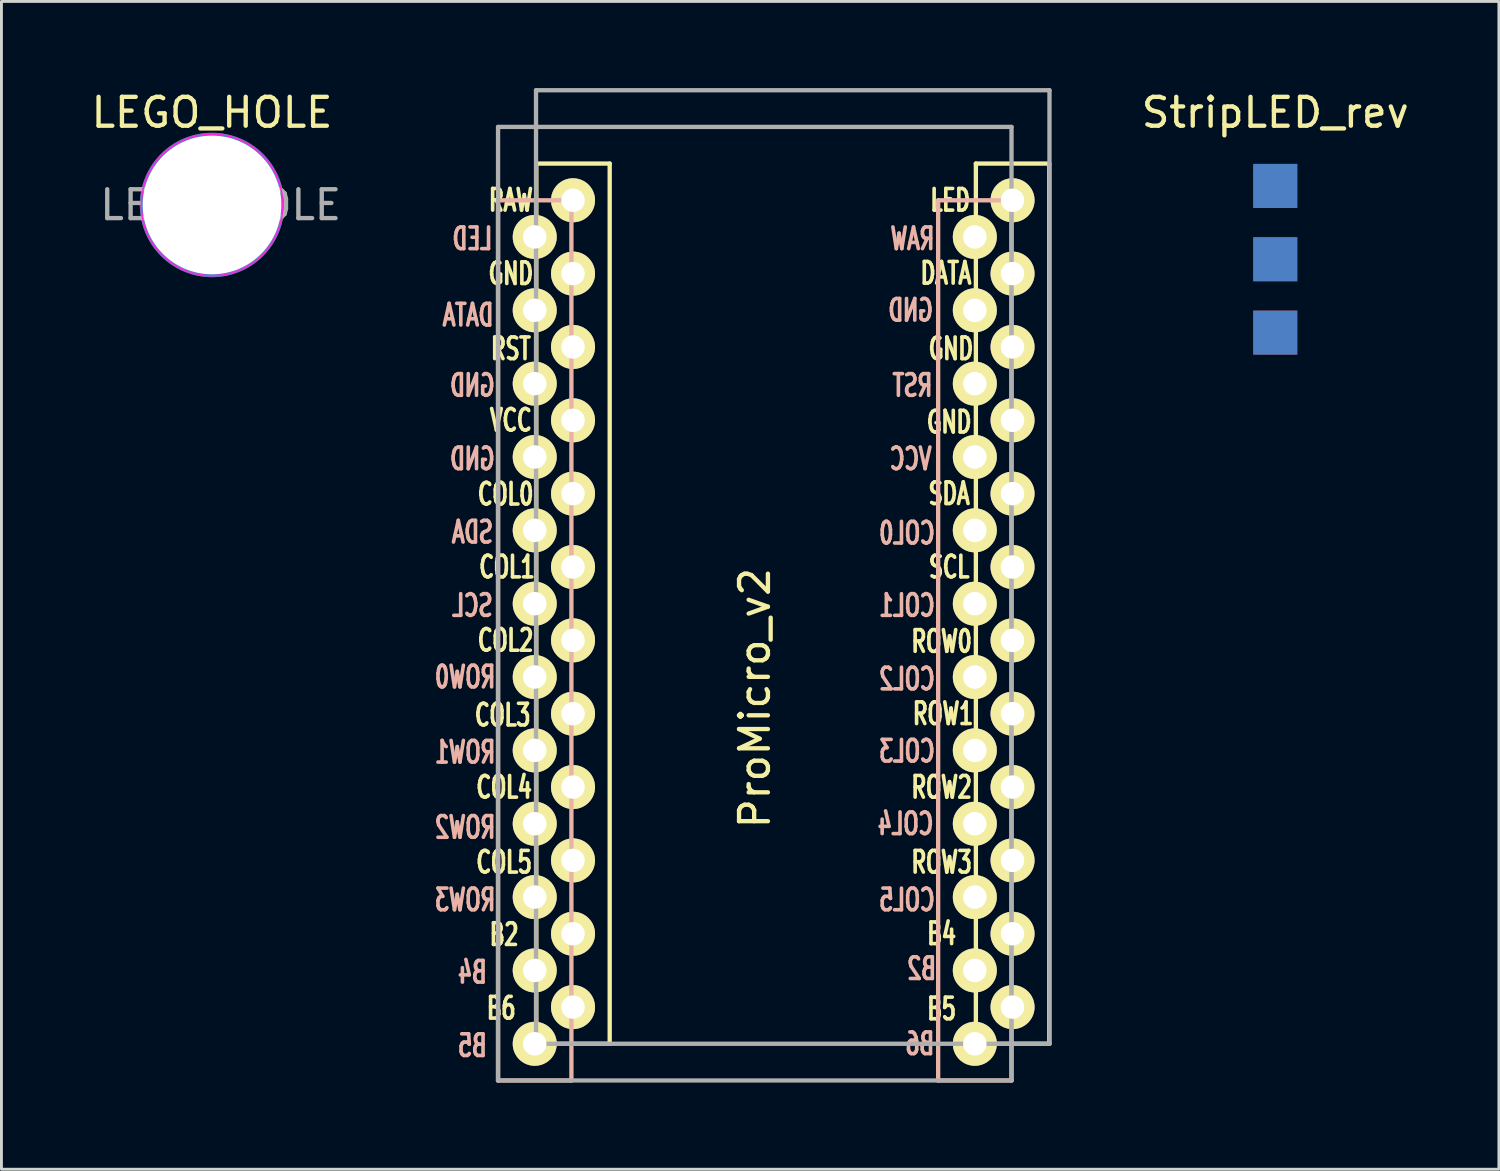
<source format=kicad_pcb>
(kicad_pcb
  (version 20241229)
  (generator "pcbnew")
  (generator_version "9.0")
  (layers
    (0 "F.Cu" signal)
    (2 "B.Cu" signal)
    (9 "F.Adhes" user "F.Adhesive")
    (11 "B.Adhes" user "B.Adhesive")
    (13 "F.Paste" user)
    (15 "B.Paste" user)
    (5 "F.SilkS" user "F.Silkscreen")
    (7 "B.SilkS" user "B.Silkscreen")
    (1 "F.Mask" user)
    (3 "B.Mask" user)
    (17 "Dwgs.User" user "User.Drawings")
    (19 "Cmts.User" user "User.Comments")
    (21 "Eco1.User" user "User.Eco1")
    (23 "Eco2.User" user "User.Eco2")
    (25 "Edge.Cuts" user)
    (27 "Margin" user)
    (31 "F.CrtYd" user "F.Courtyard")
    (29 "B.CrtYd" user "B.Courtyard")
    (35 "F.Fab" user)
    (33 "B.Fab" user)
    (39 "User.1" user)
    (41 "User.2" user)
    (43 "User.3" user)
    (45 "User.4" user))
  (footprint "LEGO_HOLE"
    (layer "F.Cu")
    (at 4.292 4.048)
    (property "Reference" "LEGO_HOLE" (at 0 -3.2 0) (layer "F.SilkS") (effects (font (size 1 1) (thickness 0.15))))
    (attr exclude_from_pos_files exclude_from_bom)
    (fp_circle (center 0 0) (end 2.2 0) (stroke (width 0.15) (type solid)) (fill no) (layer "Cmts.User"))
    (fp_circle (center 0 0) (end 2.45 0) (stroke (width 0.05) (type solid)) (fill no) (layer "F.CrtYd"))
    (fp_text user "${REFERENCE}" (at 0.3 0 0) (layer "F.Fab") (effects (font (size 1 1) (thickness 0.15))))
    (pad "" thru_hole circle (at 0 0) (size 5 5) (drill 4.8) (layers "*.Cu" "*.Mask")))
  (footprint "ProMicro_v2"
    (layer "F.Cu")
    (at 24.357 18.363)
    (property "Reference" "ProMicro_v2" (at -1.27 2.762 270) (layer "F.SilkS") (effects (font (size 1 1) (thickness 0.15))))
    (attr through_hole)
    (fp_line (start -8.834 -15.748) (end -6.294 -15.748) (stroke (width 0.15) (type solid)) (layer "F.SilkS"))
    (fp_line (start -8.834 14.732) (end -8.834 -15.748) (stroke (width 0.15) (type solid)) (layer "F.SilkS"))
    (fp_line (start -6.294 -15.748) (end -6.294 14.732) (stroke (width 0.15) (type solid)) (layer "F.SilkS"))
    (fp_line (start -6.294 14.732) (end -8.834 14.732) (stroke (width 0.15) (type solid)) (layer "F.SilkS"))
    (fp_line (start 6.386 -15.748) (end 8.926 -15.748) (stroke (width 0.15) (type solid)) (layer "F.SilkS"))
    (fp_line (start 6.386 14.732) (end 6.386 -15.748) (stroke (width 0.15) (type solid)) (layer "F.SilkS"))
    (fp_line (start 8.926 -15.748) (end 8.926 14.732) (stroke (width 0.15) (type solid)) (layer "F.SilkS"))
    (fp_line (start 8.926 14.732) (end 6.386 14.732) (stroke (width 0.15) (type solid)) (layer "F.SilkS"))
    (fp_line (start -10.16 -14.478) (end -7.62 -14.478) (stroke (width 0.15) (type solid)) (layer "B.SilkS"))
    (fp_line (start -10.16 16.002) (end -10.16 -14.478) (stroke (width 0.15) (type solid)) (layer "B.SilkS"))
    (fp_line (start -7.62 -14.478) (end -7.62 16.002) (stroke (width 0.15) (type solid)) (layer "B.SilkS"))
    (fp_line (start -7.62 16.002) (end -10.16 16.002) (stroke (width 0.15) (type solid)) (layer "B.SilkS"))
    (fp_line (start 5.08 -14.478) (end 7.62 -14.478) (stroke (width 0.15) (type solid)) (layer "B.SilkS"))
    (fp_line (start 5.08 16.002) (end 5.08 -14.478) (stroke (width 0.15) (type solid)) (layer "B.SilkS"))
    (fp_line (start 7.62 -14.478) (end 7.62 16.002) (stroke (width 0.15) (type solid)) (layer "B.SilkS"))
    (fp_line (start 7.62 16.002) (end 5.08 16.002) (stroke (width 0.15) (type solid)) (layer "B.SilkS"))
    (fp_line (start -10.16 -17.018) (end 7.62 -17.018) (stroke (width 0.15) (type solid)) (layer "F.Fab"))
    (fp_line (start -10.16 16.002) (end -10.16 -17.018) (stroke (width 0.15) (type solid)) (layer "F.Fab"))
    (fp_line (start -8.845 -18.288) (end 8.935 -18.288) (stroke (width 0.15) (type solid)) (layer "F.Fab"))
    (fp_line (start -8.845 14.732) (end -8.845 -18.288) (stroke (width 0.15) (type solid)) (layer "F.Fab"))
    (fp_line (start 7.62 -17.018) (end 7.62 16.002) (stroke (width 0.15) (type solid)) (layer "F.Fab"))
    (fp_line (start 7.62 16.002) (end -10.16 16.002) (stroke (width 0.15) (type solid)) (layer "F.Fab"))
    (fp_line (start 8.935 -18.288) (end 8.935 14.732) (stroke (width 0.15) (type solid)) (layer "F.Fab"))
    (fp_line (start 8.935 14.732) (end -8.845 14.732) (stroke (width 0.15) (type solid)) (layer "F.Fab"))
    (fp_text user "COL0" (at -9.9 -4.3 0) (layer "F.SilkS") (effects (font (size 0.75 0.5) (thickness 0.125))))
    (fp_text user "SDA" (at 5.461 -4.318 0) (layer "F.SilkS") (effects (font (size 0.75 0.5) (thickness 0.125))))
    (fp_text user "" (at -0.5 -17.25 0) (layer "F.SilkS") (effects (font (size 1 1) (thickness 0.15))))
    (fp_text user "COL4" (at -9.95 5.85 0) (layer "F.SilkS") (effects (font (size 0.75 0.5) (thickness 0.125))))
    (fp_text user "VCC" (at -9.716 -6.858 0) (layer "F.SilkS") (effects (font (size 0.75 0.5) (thickness 0.125))))
    (fp_text user "SCL" (at 5.461 -1.778 0) (layer "F.SilkS") (effects (font (size 0.75 0.5) (thickness 0.125))))
    (fp_text user "ROW1" (at 5.25 3.302 0) (layer "F.SilkS") (effects (font (size 0.75 0.5) (thickness 0.125))))
    (fp_text user "COL3" (at -10 3.35 0) (layer "F.SilkS") (effects (font (size 0.75 0.5) (thickness 0.125))))
    (fp_text user "B5" (at 5.2 13.525 0) (layer "F.SilkS") (effects (font (size 0.75 0.5) (thickness 0.125))))
    (fp_text user "COL5" (at -9.95 8.445 0) (layer "F.SilkS") (effects (font (size 0.75 0.5) (thickness 0.125))))
    (fp_text user "RAW" (at -9.716 -14.478 0) (layer "F.SilkS") (effects (font (size 0.75 0.5) (thickness 0.125))))
    (fp_text user "GND" (at 5.524 -9.335 0) (layer "F.SilkS") (effects (font (size 0.75 0.5) (thickness 0.125))))
    (fp_text user "ROW0" (at 5.2 0.8 0) (layer "F.SilkS") (effects (font (size 0.75 0.5) (thickness 0.125))))
    (fp_text user "B2" (at -9.95 10.95 0) (layer "F.SilkS") (effects (font (size 0.75 0.5) (thickness 0.125))))
    (fp_text user "B4" (at 5.2 10.922 0) (layer "F.SilkS") (effects (font (size 0.75 0.5) (thickness 0.125))))
    (fp_text user "GND" (at -9.716 -11.938 0) (layer "F.SilkS") (effects (font (size 0.75 0.5) (thickness 0.125))))
    (fp_text user "RST" (at -9.716 -9.335 0) (layer "F.SilkS") (effects (font (size 0.75 0.5) (thickness 0.125))))
    (fp_text user "B6" (at -10.05 13.5 0) (layer "F.SilkS") (effects (font (size 0.75 0.5) (thickness 0.125))))
    (fp_text user "LED" (at 5.5 -14.478 0) (layer "F.SilkS") (effects (font (size 0.75 0.5) (thickness 0.125))))
    (fp_text user "ROW3" (at 5.2 8.445 0) (layer "F.SilkS") (effects (font (size 0.75 0.5) (thickness 0.125))))
    (fp_text user "ROW2" (at 5.2 5.85 0) (layer "F.SilkS") (effects (font (size 0.75 0.5) (thickness 0.125))))
    (fp_text user "DATA" (at 5.35 -11.95 0) (layer "F.SilkS") (effects (font (size 0.75 0.5) (thickness 0.125))))
    (fp_text user "COL2" (at -9.9 0.762 0) (layer "F.SilkS") (effects (font (size 0.75 0.5) (thickness 0.125))))
    (fp_text user "COL1" (at -9.85 -1.778 0) (layer "F.SilkS") (effects (font (size 0.75 0.5) (thickness 0.125))))
    (fp_text user "GND" (at 5.461 -6.795 0) (layer "F.SilkS") (effects (font (size 0.75 0.5) (thickness 0.125))))
    (fp_text user "COL3" (at 4 4.6 0) (layer "B.SilkS") (effects (font (size 0.75 0.5) (thickness 0.125)) (justify mirror)))
    (fp_text user "COL5" (at 4 9.75 0) (layer "B.SilkS") (effects (font (size 0.75 0.5) (thickness 0.125)) (justify mirror)))
    (fp_text user "VCC" (at 4.128 -5.524 0) (layer "B.SilkS") (effects (font (size 0.75 0.5) (thickness 0.125)) (justify mirror)))
    (fp_text user "ROW3" (at -11.3 9.75 0) (layer "B.SilkS") (effects (font (size 0.75 0.5) (thickness 0.125)) (justify mirror)))
    (fp_text user "RST" (at 4.191 -8.065 0) (layer "B.SilkS") (effects (font (size 0.75 0.5) (thickness 0.125)) (justify mirror)))
    (fp_text user "COL0" (at 4 -2.95 0) (layer "B.SilkS") (effects (font (size 0.75 0.5) (thickness 0.125)) (justify mirror)))
    (fp_text user "GND" (at -11.049 -5.524 0) (layer "B.SilkS") (effects (font (size 0.75 0.5) (thickness 0.125)) (justify mirror)))
    (fp_text user "COL4" (at 3.95 7.112 0) (layer "B.SilkS") (effects (font (size 0.75 0.5) (thickness 0.125)) (justify mirror)))
    (fp_text user "ROW2" (at -11.3 7.239 0) (layer "B.SilkS") (effects (font (size 0.75 0.5) (thickness 0.125)) (justify mirror)))
    (fp_text user "SDA" (at -11.049 -2.985 0) (layer "B.SilkS") (effects (font (size 0.75 0.5) (thickness 0.125)) (justify mirror)))
    (fp_text user "ROW0" (at -11.3 2.032 0) (layer "B.SilkS") (effects (font (size 0.75 0.5) (thickness 0.125)) (justify mirror)))
    (fp_text user "B2" (at 4.508 12.129 0) (layer "B.SilkS") (effects (font (size 0.75 0.5) (thickness 0.125)) (justify mirror)))
    (fp_text user "GND" (at 4.128 -10.668 0) (layer "B.SilkS") (effects (font (size 0.75 0.5) (thickness 0.125)) (justify mirror)))
    (fp_text user "LED" (at -11.049 -13.145 0) (layer "B.SilkS") (effects (font (size 0.75 0.5) (thickness 0.125)) (justify mirror)))
    (fp_text user "GND" (at -11.049 -8.065 0) (layer "B.SilkS") (effects (font (size 0.75 0.5) (thickness 0.125)) (justify mirror)))
    (fp_text user "ROW1" (at -11.3 4.636 0) (layer "B.SilkS") (effects (font (size 0.75 0.5) (thickness 0.125)) (justify mirror)))
    (fp_text user "COL1" (at 4 -0.445 0) (layer "B.SilkS") (effects (font (size 0.75 0.5) (thickness 0.125)) (justify mirror)))
    (fp_text user "SCL" (at -11.049 -0.445 0) (layer "B.SilkS") (effects (font (size 0.75 0.5) (thickness 0.125)) (justify mirror)))
    (fp_text user "B4" (at -11.049 12.255 0) (layer "B.SilkS") (effects (font (size 0.75 0.5) (thickness 0.125)) (justify mirror)))
    (fp_text user "RAW" (at 4.191 -13.145 0) (layer "B.SilkS") (effects (font (size 0.75 0.5) (thickness 0.125)) (justify mirror)))
    (fp_text user "DATA" (at -11.2 -10.5 0) (layer "B.SilkS") (effects (font (size 0.75 0.5) (thickness 0.125)) (justify mirror)))
    (fp_text user "COL2" (at 4 2.1 0) (layer "B.SilkS") (effects (font (size 0.75 0.5) (thickness 0.125)) (justify mirror)))
    (fp_text user "B6" (at 4.445 14.732 0) (layer "B.SilkS") (effects (font (size 0.75 0.5) (thickness 0.125)) (justify mirror)))
    (fp_text user "" (at -1.206 -16.256 0) (layer "B.SilkS") (effects (font (size 1 1) (thickness 0.15)) (justify mirror)))
    (fp_text user "B5" (at -11.049 14.796 0) (layer "B.SilkS") (effects (font (size 0.75 0.5) (thickness 0.125)) (justify mirror)))
    (pad "1" thru_hole circle (at -8.89 -13.208) (size 1.524 1.524) (drill 0.813) (layers "*.Cu" "*.Mask" "F.SilkS"))
    (pad "1" thru_hole circle (at 7.656 -14.478) (size 1.524 1.524) (drill 0.813) (layers "*.Cu" "*.Mask" "F.SilkS"))
    (pad "2" thru_hole circle (at -8.89 -10.668) (size 1.524 1.524) (drill 0.813) (layers "*.Cu" "*.Mask" "F.SilkS"))
    (pad "2" thru_hole circle (at 7.656 -11.938) (size 1.524 1.524) (drill 0.813) (layers "*.Cu" "*.Mask" "F.SilkS"))
    (pad "3" thru_hole circle (at -8.89 -8.128) (size 1.524 1.524) (drill 0.813) (layers "*.Cu" "*.Mask" "F.SilkS"))
    (pad "3" thru_hole circle (at 7.656 -9.398) (size 1.524 1.524) (drill 0.813) (layers "*.Cu" "*.Mask" "F.SilkS"))
    (pad "4" thru_hole circle (at -8.89 -5.588) (size 1.524 1.524) (drill 0.813) (layers "*.Cu" "*.Mask" "F.SilkS"))
    (pad "4" thru_hole circle (at 7.656 -6.858) (size 1.524 1.524) (drill 0.813) (layers "*.Cu" "*.Mask" "F.SilkS"))
    (pad "5" thru_hole circle (at -8.89 -3.048) (size 1.524 1.524) (drill 0.813) (layers "*.Cu" "*.Mask" "F.SilkS"))
    (pad "5" thru_hole circle (at 7.656 -4.318) (size 1.524 1.524) (drill 0.813) (layers "*.Cu" "*.Mask" "F.SilkS"))
    (pad "6" thru_hole circle (at -8.89 -0.508) (size 1.524 1.524) (drill 0.813) (layers "*.Cu" "*.Mask" "F.SilkS"))
    (pad "6" thru_hole circle (at 7.656 -1.778) (size 1.524 1.524) (drill 0.813) (layers "*.Cu" "*.Mask" "F.SilkS"))
    (pad "7" thru_hole circle (at -8.89 2.032) (size 1.524 1.524) (drill 0.813) (layers "*.Cu" "*.Mask" "F.SilkS"))
    (pad "7" thru_hole circle (at 7.656 0.762) (size 1.524 1.524) (drill 0.813) (layers "*.Cu" "*.Mask" "F.SilkS"))
    (pad "8" thru_hole circle (at -8.89 4.572) (size 1.524 1.524) (drill 0.813) (layers "*.Cu" "*.Mask" "F.SilkS"))
    (pad "8" thru_hole circle (at 7.656 3.302) (size 1.524 1.524) (drill 0.813) (layers "*.Cu" "*.Mask" "F.SilkS"))
    (pad "9" thru_hole circle (at -8.89 7.112) (size 1.524 1.524) (drill 0.813) (layers "*.Cu" "*.Mask" "F.SilkS"))
    (pad "9" thru_hole circle (at 7.656 5.842) (size 1.524 1.524) (drill 0.813) (layers "*.Cu" "*.Mask" "F.SilkS"))
    (pad "10" thru_hole circle (at -8.89 9.652) (size 1.524 1.524) (drill 0.813) (layers "*.Cu" "*.Mask" "F.SilkS"))
    (pad "10" thru_hole circle (at 7.656 8.382) (size 1.524 1.524) (drill 0.813) (layers "*.Cu" "*.Mask" "F.SilkS"))
    (pad "11" thru_hole circle (at -8.89 12.192) (size 1.524 1.524) (drill 0.813) (layers "*.Cu" "*.Mask" "F.SilkS"))
    (pad "11" thru_hole circle (at 7.656 10.922) (size 1.524 1.524) (drill 0.813) (layers "*.Cu" "*.Mask" "F.SilkS"))
    (pad "12" thru_hole circle (at -8.89 14.732) (size 1.524 1.524) (drill 0.813) (layers "*.Cu" "*.Mask" "F.SilkS"))
    (pad "12" thru_hole circle (at 7.656 13.462) (size 1.524 1.524) (drill 0.813) (layers "*.Cu" "*.Mask" "F.SilkS"))
    (pad "13" thru_hole circle (at -7.564 13.462) (size 1.524 1.524) (drill 0.813) (layers "*.Cu" "*.Mask" "F.SilkS"))
    (pad "13" thru_hole circle (at 6.35 14.732) (size 1.524 1.524) (drill 0.813) (layers "*.Cu" "*.Mask" "F.SilkS"))
    (pad "14" thru_hole circle (at -7.564 10.922) (size 1.524 1.524) (drill 0.813) (layers "*.Cu" "*.Mask" "F.SilkS"))
    (pad "14" thru_hole circle (at 6.35 12.192) (size 1.524 1.524) (drill 0.813) (layers "*.Cu" "*.Mask" "F.SilkS"))
    (pad "15" thru_hole circle (at -7.564 8.382) (size 1.524 1.524) (drill 0.813) (layers "*.Cu" "*.Mask" "F.SilkS"))
    (pad "15" thru_hole circle (at 6.35 9.652) (size 1.524 1.524) (drill 0.813) (layers "*.Cu" "*.Mask" "F.SilkS"))
    (pad "16" thru_hole circle (at -7.564 5.842) (size 1.524 1.524) (drill 0.813) (layers "*.Cu" "*.Mask" "F.SilkS"))
    (pad "16" thru_hole circle (at 6.35 7.112) (size 1.524 1.524) (drill 0.813) (layers "*.Cu" "*.Mask" "F.SilkS"))
    (pad "17" thru_hole circle (at -7.564 3.302) (size 1.524 1.524) (drill 0.813) (layers "*.Cu" "*.Mask" "F.SilkS"))
    (pad "17" thru_hole circle (at 6.35 4.572) (size 1.524 1.524) (drill 0.813) (layers "*.Cu" "*.Mask" "F.SilkS"))
    (pad "18" thru_hole circle (at -7.564 0.762) (size 1.524 1.524) (drill 0.813) (layers "*.Cu" "*.Mask" "F.SilkS"))
    (pad "18" thru_hole circle (at 6.35 2.032) (size 1.524 1.524) (drill 0.813) (layers "*.Cu" "*.Mask" "F.SilkS"))
    (pad "19" thru_hole circle (at -7.564 -1.778) (size 1.524 1.524) (drill 0.813) (layers "*.Cu" "*.Mask" "F.SilkS"))
    (pad "19" thru_hole circle (at 6.35 -0.508) (size 1.524 1.524) (drill 0.813) (layers "*.Cu" "*.Mask" "F.SilkS"))
    (pad "20" thru_hole circle (at -7.564 -4.318) (size 1.524 1.524) (drill 0.813) (layers "*.Cu" "*.Mask" "F.SilkS"))
    (pad "20" thru_hole circle (at 6.35 -3.048) (size 1.524 1.524) (drill 0.813) (layers "*.Cu" "*.Mask" "F.SilkS"))
    (pad "21" thru_hole circle (at -7.564 -6.858) (size 1.524 1.524) (drill 0.813) (layers "*.Cu" "*.Mask" "F.SilkS"))
    (pad "21" thru_hole circle (at 6.35 -5.588) (size 1.524 1.524) (drill 0.813) (layers "*.Cu" "*.Mask" "F.SilkS"))
    (pad "22" thru_hole circle (at -7.564 -9.398) (size 1.524 1.524) (drill 0.813) (layers "*.Cu" "*.Mask" "F.SilkS"))
    (pad "22" thru_hole circle (at 6.35 -8.128) (size 1.524 1.524) (drill 0.813) (layers "*.Cu" "*.Mask" "F.SilkS"))
    (pad "23" thru_hole circle (at -7.564 -11.938) (size 1.524 1.524) (drill 0.813) (layers "*.Cu" "*.Mask" "F.SilkS"))
    (pad "23" thru_hole circle (at 6.35 -10.668) (size 1.524 1.524) (drill 0.813) (layers "*.Cu" "*.Mask" "F.SilkS"))
    (pad "24" thru_hole circle (at -7.564 -14.478) (size 1.524 1.524) (drill 0.813) (layers "*.Cu" "*.Mask" "F.SilkS"))
    (pad "24" thru_hole circle (at 6.35 -13.208) (size 1.524 1.524) (drill 0.813) (layers "*.Cu" "*.Mask" "F.SilkS")))
  (footprint "StripLED_rev"
    (layer "F.Cu")
    (at 41.111 3.388)
    (property "Reference" "StripLED_rev" (at 0 -2.54 0) (layer "F.SilkS") (effects (font (size 1 1) (thickness 0.15))))
    (attr through_hole)
    (pad "1" smd rect (at 0 0) (size 1.524 1.524) (layers "F.Cu" "F.Mask" "F.Paste"))
    (pad "1" smd rect (at 0 5.08) (size 1.524 1.524) (layers "B.Cu" "B.Mask" "B.Paste"))
    (pad "2" smd rect (at 0 2.54) (size 1.524 1.524) (layers "F.Cu" "F.Mask" "F.Paste"))
    (pad "2" smd rect (at 0 2.54) (size 1.524 1.524) (layers "B.Cu" "B.Mask" "B.Paste"))
    (pad "3" smd rect (at 0 0) (size 1.524 1.524) (layers "B.Cu" "B.Mask" "B.Paste"))
    (pad "3" smd rect (at 0 5.08) (size 1.524 1.524) (layers "F.Cu" "F.Mask" "F.Paste")))
  (gr_rect
    (start -3 -3)
    (end 48.855 37.44)
    (stroke (width 0.1) (type default))
    (fill no)
    (layer "Edge.Cuts")))
</source>
